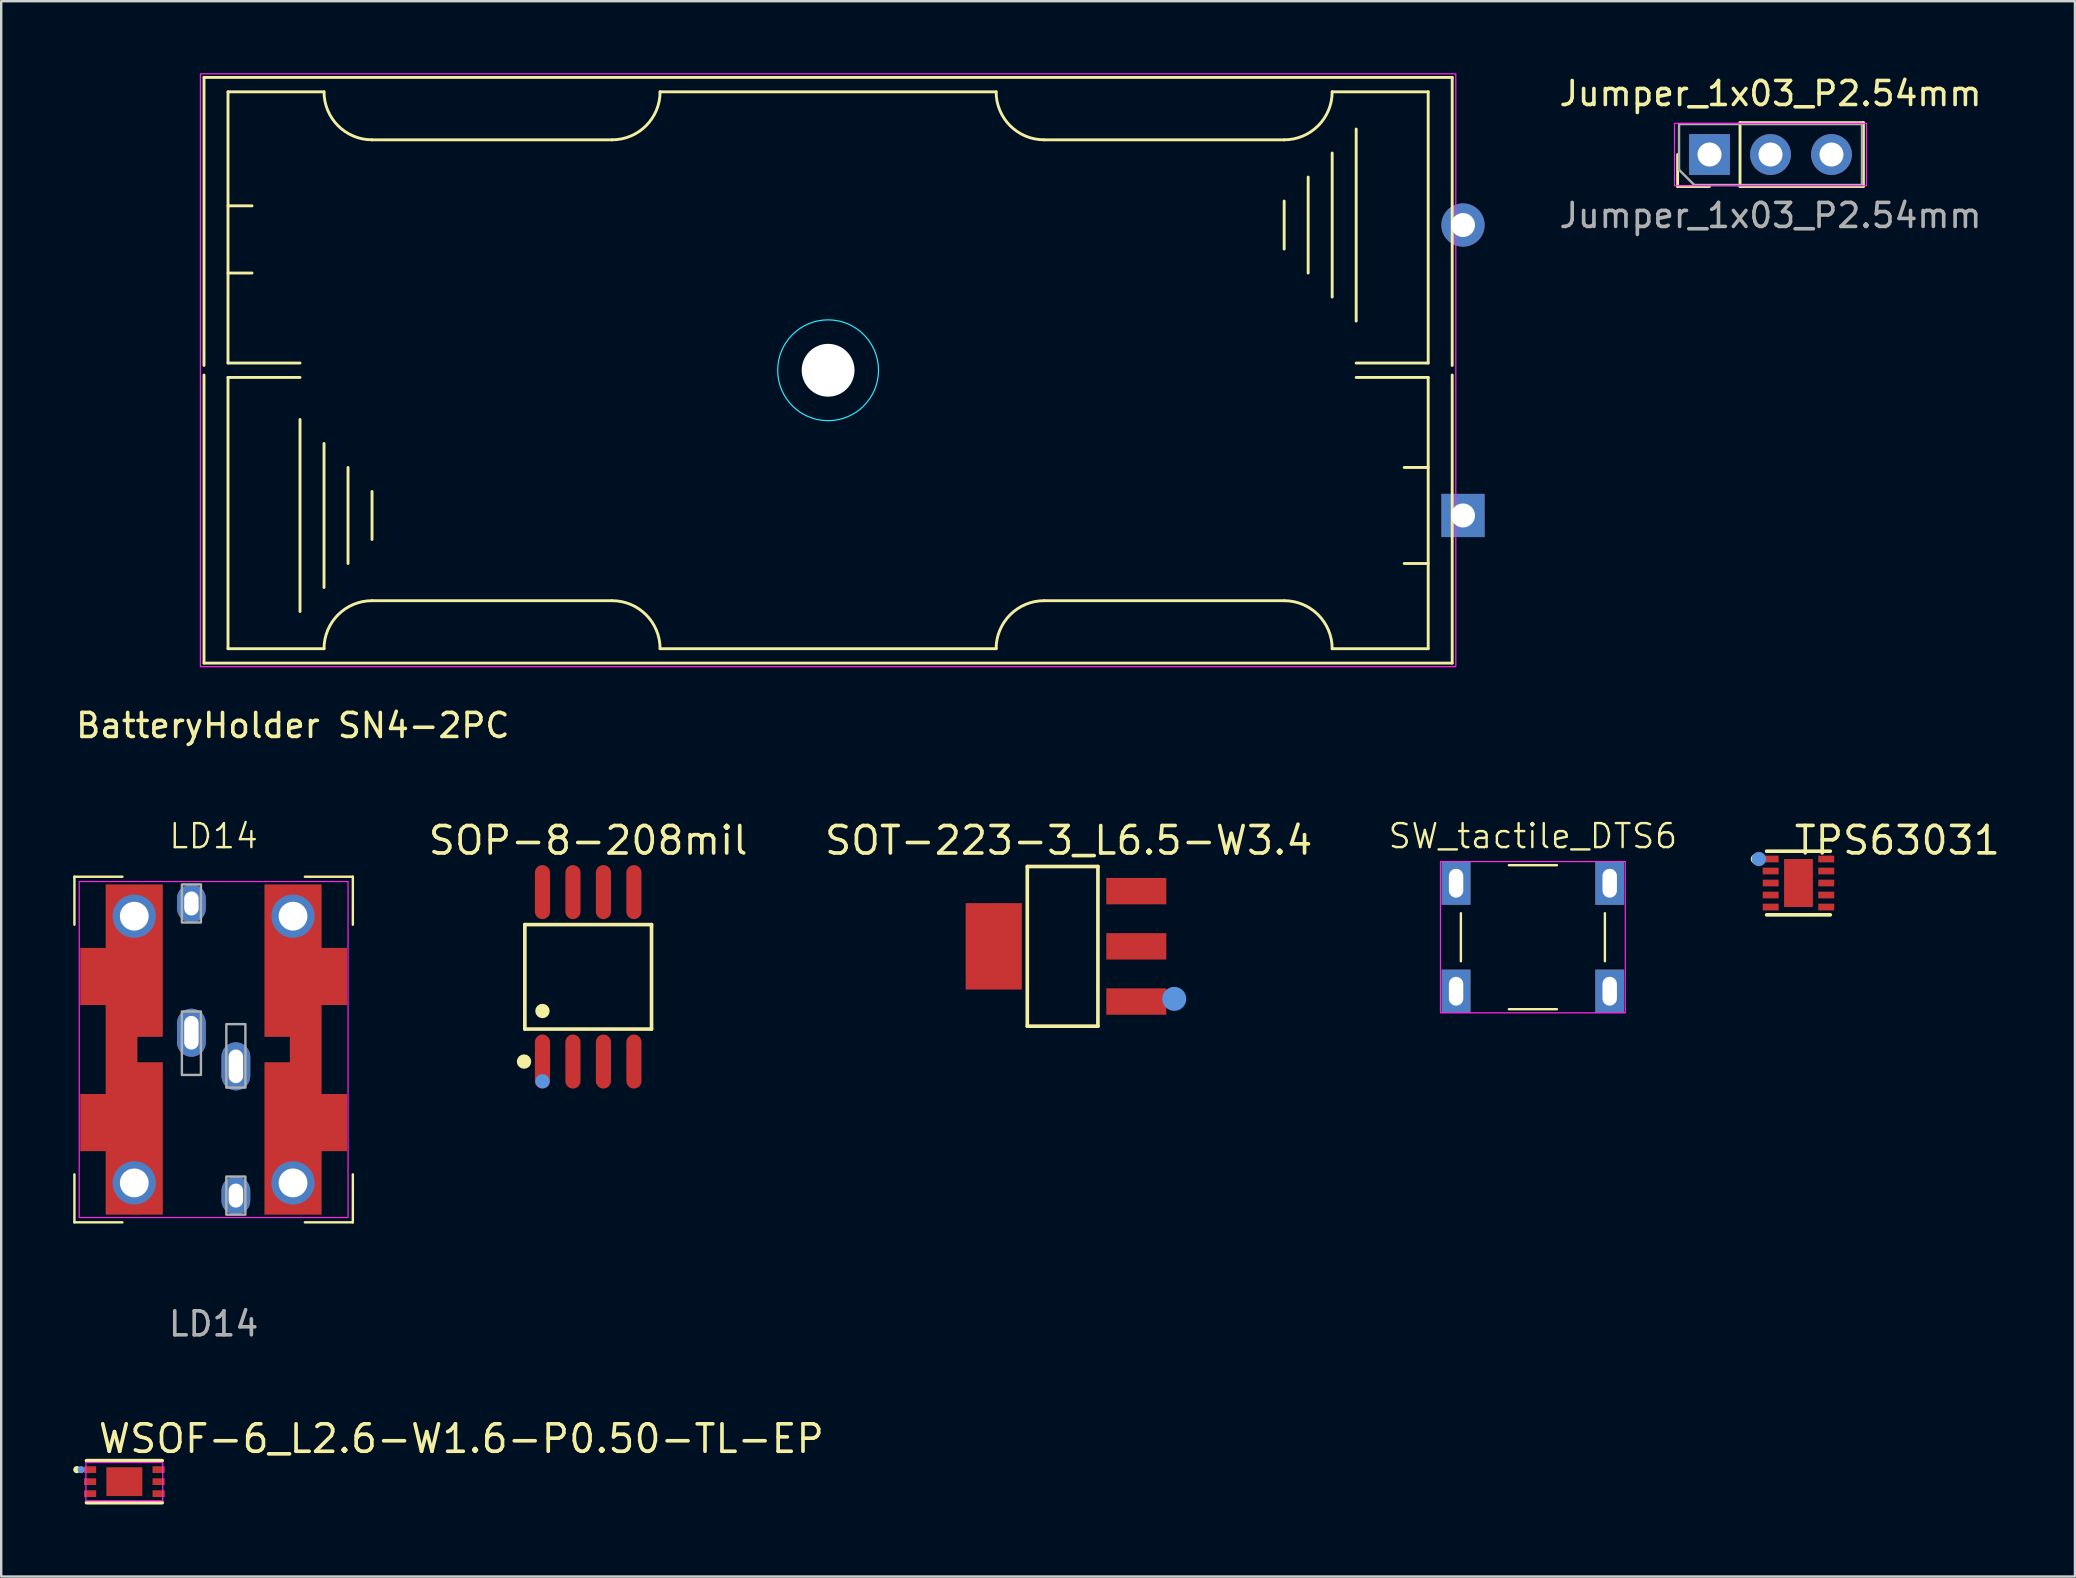
<source format=kicad_pcb>
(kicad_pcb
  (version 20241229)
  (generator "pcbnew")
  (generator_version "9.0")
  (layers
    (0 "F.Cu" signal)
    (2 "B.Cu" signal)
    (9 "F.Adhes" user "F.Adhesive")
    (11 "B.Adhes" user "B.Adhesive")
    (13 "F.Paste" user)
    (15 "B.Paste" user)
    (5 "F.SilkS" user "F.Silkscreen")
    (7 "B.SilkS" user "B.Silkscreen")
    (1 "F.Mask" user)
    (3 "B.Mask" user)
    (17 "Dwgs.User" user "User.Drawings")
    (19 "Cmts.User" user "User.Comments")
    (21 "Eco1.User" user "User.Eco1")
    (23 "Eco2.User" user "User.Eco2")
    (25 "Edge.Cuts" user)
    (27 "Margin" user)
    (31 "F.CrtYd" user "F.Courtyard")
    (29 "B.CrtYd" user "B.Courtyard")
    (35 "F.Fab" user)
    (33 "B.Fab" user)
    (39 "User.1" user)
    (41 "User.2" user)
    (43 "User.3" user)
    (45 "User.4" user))
  (footprint "SOT-223-3_L6.5-W3.4"
    (layer "F.Cu")
    (at 41.319 36.375)
    (property "Reference" "SOT-223-3_L6.5-W3.4" (at 0.154 -5.08 0) (layer "F.SilkS") (effects (font (size 1.143 1.143) (thickness 0.152)) (justify top)))
    (attr smd)
    (fp_line (start -1.571 -3.326) (end 1.371 -3.326) (stroke (width 0.152) (type solid)) (layer "F.SilkS"))
    (fp_line (start -1.571 3.326) (end -1.571 -3.326) (stroke (width 0.152) (type solid)) (layer "F.SilkS"))
    (fp_line (start 1.371 -3.326) (end 1.371 3.326) (stroke (width 0.152) (type solid)) (layer "F.SilkS"))
    (fp_line (start 1.371 3.326) (end -1.571 3.326) (stroke (width 0.152) (type solid)) (layer "F.SilkS"))
    (fp_circle (center 4.552 2.188) (end 4.802 2.188) (stroke (width 0.5) (type solid)) (fill no) (layer "Cmts.User"))
    (pad "1" smd rect (at 2.97 2.3) (size 2.5 1.1) (layers "F.Cu" "F.Mask" "F.Paste"))
    (pad "2" smd rect (at 2.97 0) (size 2.5 1.1) (layers "F.Cu" "F.Mask" "F.Paste"))
    (pad "3" smd rect (at 2.97 -2.3) (size 2.5 1.1) (layers "F.Cu" "F.Mask" "F.Paste"))
    (pad "4" smd rect (at -2.97 0) (size 2.34 3.6) (layers "F.Cu" "F.Mask" "F.Paste")))
  (footprint "LD14"
    (layer "F.Cu")
    (at 5.85 40.674)
    (property "Reference" "LD14" (at 0 -8.89 0) (unlocked yes) (layer "F.SilkS") (effects (font (size 1 1) (thickness 0.1))))
    (attr smd)
    (fp_poly (pts (xy -2.117 -0.529) (xy -3.175 -0.529) (xy -3.175 0.529) (xy -2.117 0.529) (xy -2.117 6.879) (xy -4.498 6.879) (xy -4.498 4.233) (xy -5.556 4.233) (xy -5.556 1.852) (xy -4.498 1.852) (xy -4.498 -1.852) (xy -5.556 -1.852) (xy -5.556 -4.233) (xy -4.498 -4.233) (xy -4.498 -6.879) (xy -2.117 -6.879)) (stroke (width 0) (type default)) (fill yes) (layer "F.Cu"))
    (fp_poly (pts (xy 4.498 -4.233) (xy 5.556 -4.233) (xy 5.556 -1.852) (xy 4.498 -1.852) (xy 4.498 1.852) (xy 5.556 1.852) (xy 5.556 4.233) (xy 4.498 4.233) (xy 4.498 6.879) (xy 2.117 6.879) (xy 2.117 0.529) (xy 3.175 0.529) (xy 3.175 -0.529) (xy 2.117 -0.529) (xy 2.117 -6.879) (xy 4.498 -6.879)) (stroke (width 0) (type default)) (fill yes) (layer "F.Cu"))
    (fp_rect (start -5.7 -7.1) (end 5.7 7.1) (stroke (width 0) (type solid)) (fill yes) (layer "F.Mask"))
    (fp_line (start -5.8 -7.2) (end -5.8 -5.2) (stroke (width 0.1) (type default)) (layer "F.SilkS"))
    (fp_line (start -5.8 -7.2) (end -3.8 -7.2) (stroke (width 0.1) (type default)) (layer "F.SilkS"))
    (fp_line (start -5.8 7.2) (end -5.8 5.2) (stroke (width 0.1) (type default)) (layer "F.SilkS"))
    (fp_line (start -5.8 7.2) (end -3.8 7.2) (stroke (width 0.1) (type default)) (layer "F.SilkS"))
    (fp_line (start 3.8 -7.2) (end 5.8 -7.2) (stroke (width 0.1) (type default)) (layer "F.SilkS"))
    (fp_line (start 5.8 -7.2) (end 5.8 -5.2) (stroke (width 0.1) (type default)) (layer "F.SilkS"))
    (fp_line (start 5.8 5.2) (end 5.8 7.2) (stroke (width 0.1) (type default)) (layer "F.SilkS"))
    (fp_line (start 5.8 7.2) (end 3.8 7.2) (stroke (width 0.1) (type default)) (layer "F.SilkS"))
    (fp_rect (start -5.6 -7) (end 5.6 7) (stroke (width 0.05) (type default)) (fill no) (layer "F.CrtYd"))
    (fp_poly (pts (xy -0.529 -5.292) (xy -1.323 -5.292) (xy -1.323 -6.879) (xy -0.529 -6.879)) (stroke (width 0.1) (type default)) (fill no) (layer "F.Fab"))
    (fp_poly (pts (xy -0.529 1.058) (xy -1.323 1.058) (xy -1.323 -1.587) (xy -0.529 -1.587)) (stroke (width 0.1) (type default)) (fill no) (layer "F.Fab"))
    (fp_poly (pts (xy 1.323 1.587) (xy 0.529 1.587) (xy 0.529 -1.058) (xy 1.323 -1.058)) (stroke (width 0.1) (type default)) (fill no) (layer "F.Fab"))
    (fp_poly (pts (xy 1.323 6.879) (xy 0.529 6.879) (xy 0.529 5.292) (xy 1.323 5.292)) (stroke (width 0.1) (type default)) (fill no) (layer "F.Fab"))
    (fp_text user "${REFERENCE}" (at 0 11.43 0) (unlocked yes) (layer "F.Fab") (effects (font (size 1 1) (thickness 0.15))))
    (pad "" thru_hole circle (at -3.307 -5.556) (size 1.8 1.8) (drill 1.2) (layers "*.Cu" "*.Mask"))
    (pad "" thru_hole circle (at -3.307 5.556) (size 1.8 1.8) (drill 1.2) (layers "*.Cu" "*.Mask"))
    (pad "" thru_hole circle (at 3.307 -5.556) (size 1.8 1.8) (drill 1.2) (layers "*.Cu" "*.Mask"))
    (pad "" thru_hole circle (at 3.307 5.556) (size 1.8 1.8) (drill 1.2) (layers "*.Cu" "*.Mask"))
    (pad "1" thru_hole oval (at -0.926 -6.085) (size 1.2 1.6) (drill oval 0.6 1) (layers "*.Cu" "*.Mask"))
    (pad "1" thru_hole oval (at -0.926 -0.7) (size 1.2 2) (drill oval 0.6 1.4) (layers "*.Cu" "*.Mask"))
    (pad "2" thru_hole oval (at 0.926 0.7) (size 1.2 2) (drill oval 0.6 1.4) (layers "*.Cu" "*.Mask"))
    (pad "2" thru_hole oval (at 0.926 6.085) (size 1.2 1.6) (drill oval 0.6 1) (layers "*.Cu" "*.Mask")))
  (footprint "BatteryHolder SN4-2PC"
    (layer "F.Cu")
    (at 31.449 12.375)
    (property "Reference" "BatteryHolder SN4-2PC" (at -22.3 14.8 180) (layer "F.SilkS") (effects (font (size 1 1) (thickness 0.15))))
    (attr through_hole)
    (fp_line (start -26 -12.2) (end -26 -0.2) (stroke (width 0.12) (type solid)) (layer "F.SilkS"))
    (fp_line (start -26 0.2) (end -26 12.2) (stroke (width 0.12) (type solid)) (layer "F.SilkS"))
    (fp_line (start -26 12.2) (end 26 12.2) (stroke (width 0.12) (type solid)) (layer "F.SilkS"))
    (fp_line (start -25 -11.6) (end -25 -0.3) (stroke (width 0.12) (type solid)) (layer "F.SilkS"))
    (fp_line (start -25 -11.6) (end -21 -11.6) (stroke (width 0.12) (type solid)) (layer "F.SilkS"))
    (fp_line (start -25 -6.85) (end -24 -6.85) (stroke (width 0.12) (type solid)) (layer "F.SilkS"))
    (fp_line (start -25 -0.3) (end -22 -0.3) (stroke (width 0.12) (type solid)) (layer "F.SilkS"))
    (fp_line (start -25 0.3) (end -22 0.3) (stroke (width 0.12) (type solid)) (layer "F.SilkS"))
    (fp_line (start -25 11.6) (end -25 0.3) (stroke (width 0.12) (type solid)) (layer "F.SilkS"))
    (fp_line (start -25 11.6) (end -21 11.6) (stroke (width 0.12) (type solid)) (layer "F.SilkS"))
    (fp_line (start -24 -4.05) (end -25 -4.05) (stroke (width 0.12) (type solid)) (layer "F.SilkS"))
    (fp_line (start -22 10.05) (end -22 2.05) (stroke (width 0.12) (type solid)) (layer "F.SilkS"))
    (fp_line (start -21 3.05) (end -21 9.05) (stroke (width 0.12) (type solid)) (layer "F.SilkS"))
    (fp_line (start -20 8.05) (end -20 4.05) (stroke (width 0.12) (type solid)) (layer "F.SilkS"))
    (fp_line (start -19 -9.6) (end -9 -9.6) (stroke (width 0.12) (type solid)) (layer "F.SilkS"))
    (fp_line (start -19 7.05) (end -19 5.05) (stroke (width 0.12) (type solid)) (layer "F.SilkS"))
    (fp_line (start -19 9.6) (end -9 9.6) (stroke (width 0.12) (type solid)) (layer "F.SilkS"))
    (fp_line (start -7 11.6) (end 7 11.6) (stroke (width 0.12) (type solid)) (layer "F.SilkS"))
    (fp_line (start 7 -11.6) (end -7 -11.6) (stroke (width 0.12) (type solid)) (layer "F.SilkS"))
    (fp_line (start 19 -9.6) (end 9 -9.6) (stroke (width 0.12) (type solid)) (layer "F.SilkS"))
    (fp_line (start 19 -7.05) (end 19 -5.05) (stroke (width 0.12) (type solid)) (layer "F.SilkS"))
    (fp_line (start 19 9.6) (end 9 9.6) (stroke (width 0.12) (type solid)) (layer "F.SilkS"))
    (fp_line (start 20 -8.05) (end 20 -4.05) (stroke (width 0.12) (type solid)) (layer "F.SilkS"))
    (fp_line (start 21 -3.05) (end 21 -9.05) (stroke (width 0.12) (type solid)) (layer "F.SilkS"))
    (fp_line (start 22 -10.05) (end 22 -2.05) (stroke (width 0.12) (type solid)) (layer "F.SilkS"))
    (fp_line (start 24 4.05) (end 25 4.05) (stroke (width 0.12) (type solid)) (layer "F.SilkS"))
    (fp_line (start 25 -11.6) (end 21 -11.6) (stroke (width 0.12) (type solid)) (layer "F.SilkS"))
    (fp_line (start 25 -11.6) (end 25 -0.3) (stroke (width 0.12) (type solid)) (layer "F.SilkS"))
    (fp_line (start 25 -0.3) (end 22 -0.3) (stroke (width 0.12) (type solid)) (layer "F.SilkS"))
    (fp_line (start 25 0.3) (end 22 0.3) (stroke (width 0.12) (type solid)) (layer "F.SilkS"))
    (fp_line (start 25 8.05) (end 24 8.05) (stroke (width 0.12) (type solid)) (layer "F.SilkS"))
    (fp_line (start 25 11.6) (end 21 11.6) (stroke (width 0.12) (type solid)) (layer "F.SilkS"))
    (fp_line (start 25 11.6) (end 25 0.3) (stroke (width 0.12) (type solid)) (layer "F.SilkS"))
    (fp_line (start 26 -12.2) (end -26 -12.2) (stroke (width 0.12) (type solid)) (layer "F.SilkS"))
    (fp_line (start 26 -0.2) (end 26 -12.2) (stroke (width 0.12) (type solid)) (layer "F.SilkS"))
    (fp_line (start 26 12.2) (end 26 0.2) (stroke (width 0.12) (type solid)) (layer "F.SilkS"))
    (fp_arc (start -21 11.6) (mid -20.414214 10.185786) (end -19 9.6) (stroke (width 0.12) (type solid)) (layer "F.SilkS"))
    (fp_arc (start -19 -9.6) (mid -20.414214 -10.185786) (end -21 -11.6) (stroke (width 0.12) (type solid)) (layer "F.SilkS"))
    (fp_arc (start -9 9.6) (mid -7.585786 10.185786) (end -7 11.6) (stroke (width 0.12) (type solid)) (layer "F.SilkS"))
    (fp_arc (start -7 -11.6) (mid -7.585786 -10.185786) (end -9 -9.6) (stroke (width 0.12) (type solid)) (layer "F.SilkS"))
    (fp_arc (start 7 11.6) (mid 7.585786 10.185786) (end 9 9.6) (stroke (width 0.12) (type solid)) (layer "F.SilkS"))
    (fp_arc (start 9 -9.6) (mid 7.585786 -10.185786) (end 7 -11.6) (stroke (width 0.12) (type solid)) (layer "F.SilkS"))
    (fp_arc (start 19 9.6) (mid 20.414214 10.185786) (end 21 11.6) (stroke (width 0.12) (type solid)) (layer "F.SilkS"))
    (fp_arc (start 21 -11.6) (mid 20.414214 -10.185786) (end 19 -9.6) (stroke (width 0.12) (type solid)) (layer "F.SilkS"))
    (fp_circle (center 0 0) (end 2.1 0) (stroke (width 0.05) (type default)) (fill no) (layer "B.CrtYd"))
    (fp_rect (start 26.15 12.35) (end -26.15 -12.35) (stroke (width 0.05) (type default)) (fill no) (layer "F.CrtYd"))
    (pad "" np_thru_hole circle (at 0 0) (size 2.2 2.2) (drill 2.2) (layers "*.Cu" "*.Mask"))
    (pad "1" thru_hole rect (at 26.45 6.05) (size 1.8 1.8) (drill 1) (layers "*.Cu" "*.Mask"))
    (pad "2" thru_hole circle (at 26.45 -6.05) (size 1.8 1.8) (drill 1) (layers "*.Cu" "*.Mask")))
  (footprint "WSOF-6_L2.6-W1.6-P0.50-TL-EP"
    (layer "F.Cu")
    (at 2.13 58.676)
    (property "Reference" "WSOF-6_L2.6-W1.6-P0.50-TL-EP" (at -1.164 -1.788 0) (layer "F.SilkS") (effects (font (size 1.143 1.143) (thickness 0.152)) (justify left)))
    (attr smd)
    (fp_line (start -1.576 -0.876) (end 1.576 -0.876) (stroke (width 0.152) (type solid)) (layer "F.SilkS"))
    (fp_line (start -1.576 0.876) (end 1.576 0.876) (stroke (width 0.152) (type solid)) (layer "F.SilkS"))
    (fp_circle (center -1.98 -0.5) (end -1.905 -0.5) (stroke (width 0.15) (type solid)) (fill no) (layer "F.SilkS"))
    (fp_circle (center -1.8 -0.5) (end -1.725 -0.5) (stroke (width 0.15) (type solid)) (fill no) (layer "Cmts.User"))
    (fp_rect (start -1.6 -0.8) (end 1.6 0.8) (stroke (width 0.05) (type default)) (fill no) (layer "F.CrtYd"))
    (pad "1" smd rect (at -1.427 -0.5) (size 0.505 0.28) (layers "F.Cu" "F.Mask" "F.Paste"))
    (pad "2" smd rect (at -1.427 0) (size 0.505 0.28) (layers "F.Cu" "F.Mask" "F.Paste"))
    (pad "3" smd rect (at -1.427 0.5) (size 0.505 0.28) (layers "F.Cu" "F.Mask" "F.Paste"))
    (pad "4" smd rect (at 1.427 0.5) (size 0.505 0.28) (layers "F.Cu" "F.Mask" "F.Paste"))
    (pad "5" smd rect (at 1.427 0) (size 0.505 0.28) (layers "F.Cu" "F.Mask" "F.Paste"))
    (pad "6" smd rect (at 1.427 -0.5) (size 0.505 0.28) (layers "F.Cu" "F.Mask" "F.Paste"))
    (pad "7" smd rect (at 0 0) (size 1.5 1.2) (layers "F.Cu" "F.Mask" "F.Paste")))
  (footprint "SW_tactile_DTS6"
    (layer "F.Cu")
    (at 60.811 35.995)
    (property "Reference" "SW_tactile_DTS6" (at 0 -4.212 0) (unlocked yes) (layer "F.SilkS") (effects (font (size 1 1) (thickness 0.1))))
    (attr through_hole)
    (fp_line (start -3 -1) (end -3 1) (stroke (width 0.1) (type default)) (layer "F.SilkS"))
    (fp_line (start -1 -3) (end 1 -3) (stroke (width 0.1) (type default)) (layer "F.SilkS"))
    (fp_line (start -1 3) (end 1 3) (stroke (width 0.1) (type default)) (layer "F.SilkS"))
    (fp_line (start 3 -1) (end 3 1) (stroke (width 0.1) (type default)) (layer "F.SilkS"))
    (fp_rect (start -3.85 -3.15) (end 3.85 3.15) (stroke (width 0.05) (type default)) (fill no) (layer "F.CrtYd"))
    (pad "1" thru_hole rect (at -3.2 -2.25) (size 1.2 1.8) (drill oval 0.6 1.2) (layers "*.Cu" "*.Mask"))
    (pad "1" thru_hole rect (at 3.2 -2.25) (size 1.2 1.8) (drill oval 0.6 1.2) (layers "*.Cu" "*.Mask"))
    (pad "2" thru_hole rect (at -3.2 2.25) (size 1.2 1.8) (drill oval 0.6 1.2) (layers "*.Cu" "*.Mask"))
    (pad "2" thru_hole rect (at 3.2 2.25) (size 1.2 1.8) (drill oval 0.6 1.2) (layers "*.Cu" "*.Mask")))
  (footprint "Jumper_1x03_P2.54mm"
    (layer "F.Cu")
    (at 70.71 3.388)
    (property "Reference" "Jumper_1x03_P2.54mm" (at 0 -2.54 0) (layer "F.SilkS") (effects (font (size 1 1) (thickness 0.15))))
    (attr through_hole)
    (fp_line (start -3.87 1.33) (end -3.87 0) (stroke (width 0.12) (type solid)) (layer "F.SilkS"))
    (fp_line (start -2.54 1.33) (end -3.87 1.33) (stroke (width 0.12) (type solid)) (layer "F.SilkS"))
    (fp_line (start -1.27 -1.33) (end 3.87 -1.33) (stroke (width 0.12) (type solid)) (layer "F.SilkS"))
    (fp_line (start -1.27 1.33) (end -1.27 -1.33) (stroke (width 0.12) (type solid)) (layer "F.SilkS"))
    (fp_line (start -1.27 1.33) (end 3.87 1.33) (stroke (width 0.12) (type solid)) (layer "F.SilkS"))
    (fp_line (start 3.87 1.33) (end 3.87 -1.33) (stroke (width 0.12) (type solid)) (layer "F.SilkS"))
    (fp_rect (start -4 -1.3) (end 4 1.3) (stroke (width 0.05) (type default)) (fill no) (layer "F.CrtYd"))
    (fp_line (start -3.81 -1.27) (end 3.81 -1.27) (stroke (width 0.1) (type solid)) (layer "F.Fab"))
    (fp_line (start -3.81 0.635) (end -3.81 -1.27) (stroke (width 0.1) (type solid)) (layer "F.Fab"))
    (fp_line (start -3.175 1.27) (end -3.81 0.635) (stroke (width 0.1) (type solid)) (layer "F.Fab"))
    (fp_line (start 3.81 -1.27) (end 3.81 1.27) (stroke (width 0.1) (type solid)) (layer "F.Fab"))
    (fp_line (start 3.81 1.27) (end -3.175 1.27) (stroke (width 0.1) (type solid)) (layer "F.Fab"))
    (fp_text user "${REFERENCE}" (at 0 2.54 0) (layer "F.Fab") (effects (font (size 1 1) (thickness 0.15))))
    (pad "1" thru_hole rect (at -2.54 0 90) (size 1.7 1.7) (drill 1) (layers "*.Cu" "*.Mask"))
    (pad "2" thru_hole oval (at 0 0 90) (size 1.7 1.7) (drill 1) (layers "*.Cu" "*.Mask"))
    (pad "3" thru_hole oval (at 2.54 0 90) (size 1.7 1.7) (drill 1) (layers "*.Cu" "*.Mask")))
  (footprint "TPS63031"
    (layer "F.Cu")
    (at 71.875 33.737)
    (property "Reference" "TPS63031" (at -0.254 -1.778 0) (layer "F.SilkS") (effects (font (size 1.143 1.143) (thickness 0.152)) (justify left)))
    (attr smd)
    (fp_line (start -1.326 -1.326) (end 1.326 -1.326) (stroke (width 0.152) (type solid)) (layer "F.SilkS"))
    (fp_line (start 1.326 1.326) (end -1.326 1.326) (stroke (width 0.152) (type solid)) (layer "F.SilkS"))
    (fp_circle (center -1.79 -1) (end -1.69 -1) (stroke (width 0.2) (type solid)) (fill no) (layer "F.SilkS"))
    (fp_circle (center -1.65 -1) (end -1.5 -1) (stroke (width 0.3) (type solid)) (fill no) (layer "Cmts.User"))
    (pad "1" smd rect (at -1.157 -1) (size 0.665 0.28) (layers "F.Cu" "F.Mask" "F.Paste"))
    (pad "2" smd rect (at -1.157 -0.5) (size 0.665 0.28) (layers "F.Cu" "F.Mask" "F.Paste"))
    (pad "3" smd rect (at -1.157 0) (size 0.665 0.28) (layers "F.Cu" "F.Mask" "F.Paste"))
    (pad "4" smd rect (at -1.157 0.5) (size 0.665 0.28) (layers "F.Cu" "F.Mask" "F.Paste"))
    (pad "5" smd rect (at -1.157 1) (size 0.665 0.28) (layers "F.Cu" "F.Mask" "F.Paste"))
    (pad "6" smd rect (at 1.157 1) (size 0.665 0.28) (layers "F.Cu" "F.Mask" "F.Paste"))
    (pad "7" smd rect (at 1.157 0.5) (size 0.665 0.28) (layers "F.Cu" "F.Mask" "F.Paste"))
    (pad "8" smd rect (at 1.157 0) (size 0.665 0.28) (layers "F.Cu" "F.Mask" "F.Paste"))
    (pad "9" smd rect (at 1.157 -0.5) (size 0.665 0.28) (layers "F.Cu" "F.Mask" "F.Paste"))
    (pad "10" smd rect (at 1.157 -1) (size 0.665 0.28) (layers "F.Cu" "F.Mask" "F.Paste"))
    (pad "11" smd rect (at 0 0) (size 1.2 2) (layers "F.Cu" "F.Mask" "F.Paste")))
  (footprint "SOP-8-208mil"
    (layer "F.Cu")
    (at 21.454 37.645)
    (property "Reference" "SOP-8-208mil" (at 0 -6.35 0) (layer "F.SilkS") (effects (font (size 1.143 1.143) (thickness 0.152)) (justify top)))
    (attr smd)
    (fp_line (start -2.639 -2.176) (end 2.639 -2.176) (stroke (width 0.152) (type solid)) (layer "F.SilkS"))
    (fp_line (start -2.639 2.176) (end -2.639 -2.176) (stroke (width 0.152) (type solid)) (layer "F.SilkS"))
    (fp_line (start 2.639 -2.176) (end 2.639 2.176) (stroke (width 0.152) (type solid)) (layer "F.SilkS"))
    (fp_line (start 2.639 2.176) (end -2.639 2.176) (stroke (width 0.152) (type solid)) (layer "F.SilkS"))
    (fp_circle (center -2.672 3.53) (end -2.522 3.53) (stroke (width 0.3) (type solid)) (fill no) (layer "F.SilkS"))
    (fp_circle (center -1.905 1.424) (end -1.755 1.424) (stroke (width 0.3) (type solid)) (fill no) (layer "F.SilkS"))
    (fp_circle (center -1.905 4.35) (end -1.755 4.35) (stroke (width 0.3) (type solid)) (fill no) (layer "Cmts.User"))
    (pad "1" smd oval (at -1.905 3.53) (size 0.63 2.25) (layers "F.Cu" "F.Mask" "F.Paste"))
    (pad "2" smd oval (at -0.635 3.53) (size 0.63 2.25) (layers "F.Cu" "F.Mask" "F.Paste"))
    (pad "3" smd oval (at 0.635 3.53) (size 0.63 2.25) (layers "F.Cu" "F.Mask" "F.Paste"))
    (pad "4" smd oval (at 1.905 3.53) (size 0.63 2.25) (layers "F.Cu" "F.Mask" "F.Paste"))
    (pad "5" smd oval (at 1.905 -3.53) (size 0.63 2.25) (layers "F.Cu" "F.Mask" "F.Paste"))
    (pad "6" smd oval (at 0.635 -3.53) (size 0.63 2.25) (layers "F.Cu" "F.Mask" "F.Paste"))
    (pad "7" smd oval (at -0.635 -3.53) (size 0.63 2.25) (layers "F.Cu" "F.Mask" "F.Paste"))
    (pad "8" smd oval (at -1.905 -3.53) (size 0.63 2.25) (layers "F.Cu" "F.Mask" "F.Paste")))
  (gr_rect
    (start -3 -3)
    (end 83.394 62.628)
    (stroke (width 0.1) (type default))
    (fill no)
    (layer "Edge.Cuts")))
</source>
